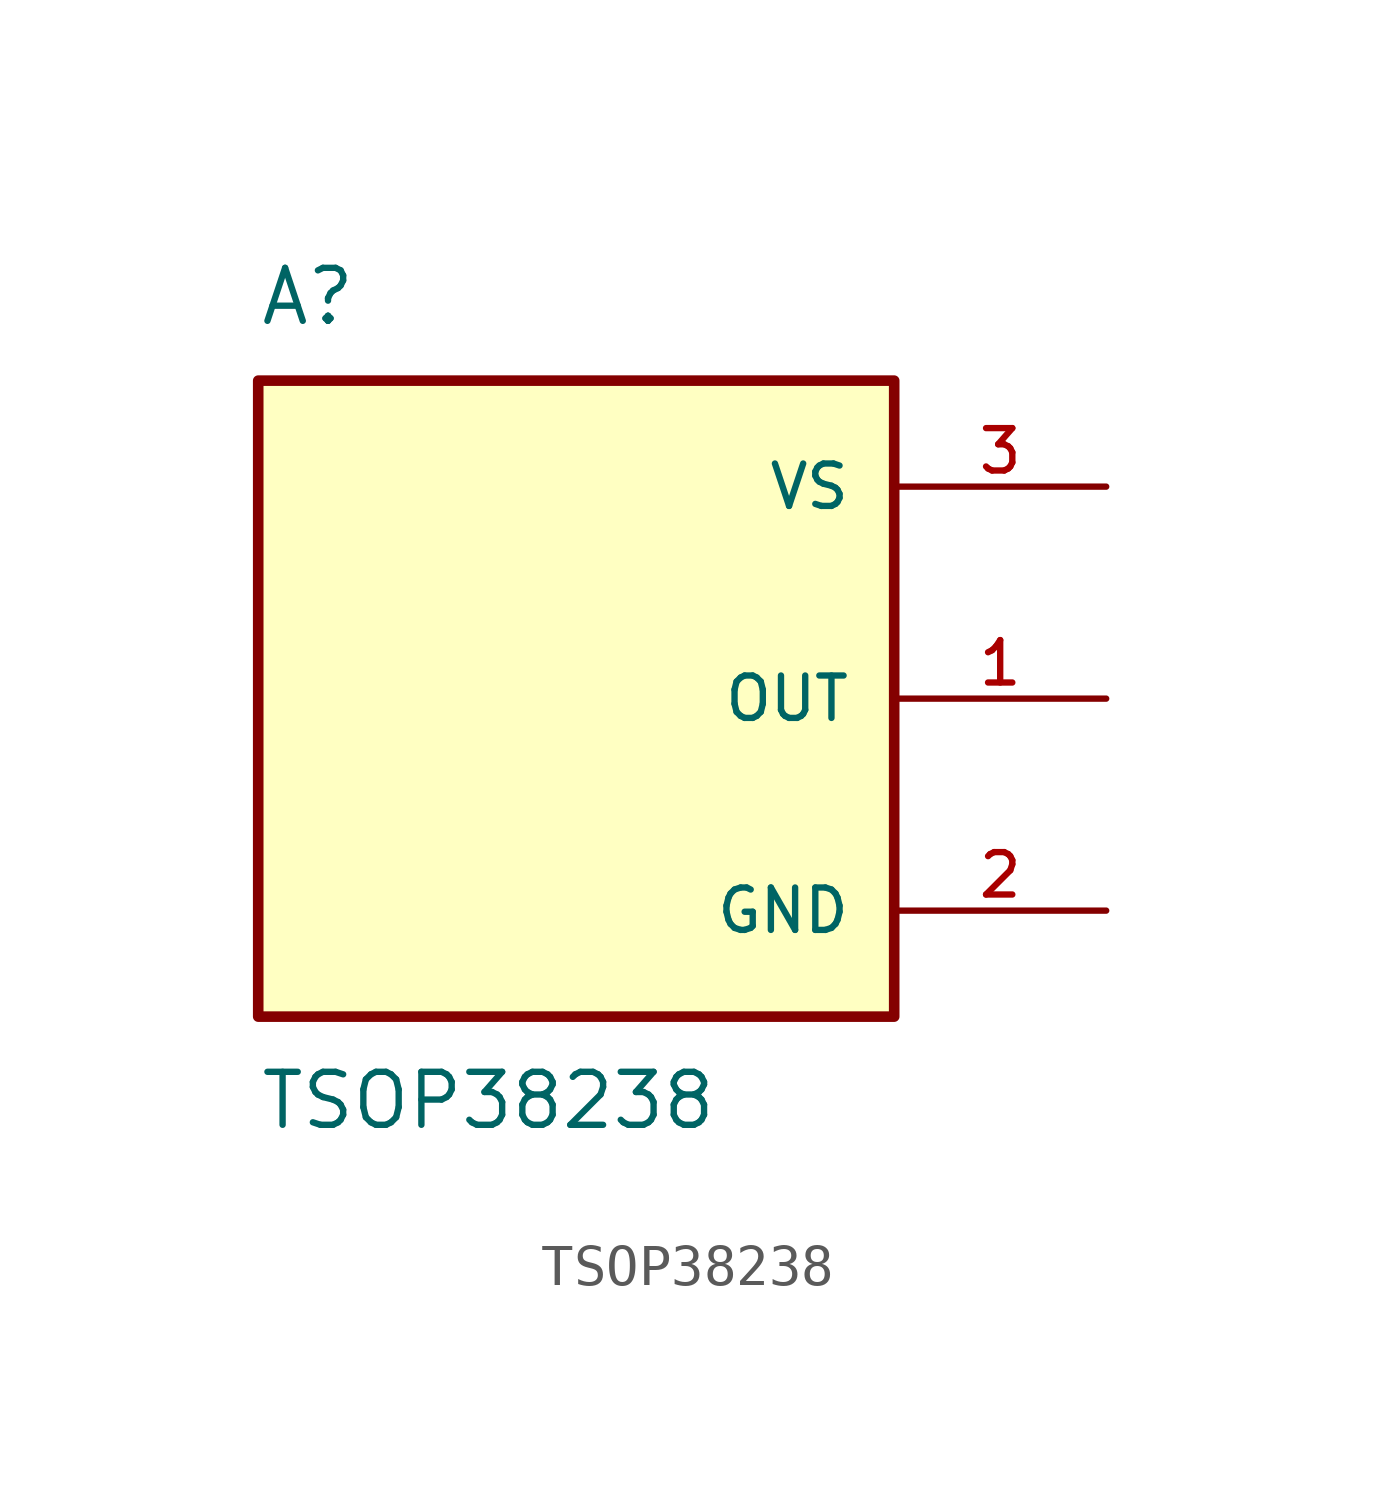
<source format=kicad_sym>
(kicad_symbol_lib
  (version 20211014)
  (generator kicad_symbol_editor)
  (symbol "TSOP38238"
    (pin_names
      (offset 1.016))
    (property "Reference" "A"
      (at -7.62 8.89 0)
      (effects (font (size 1.27 1.27)) (justify bottom left)))
    (property "Value" "TSOP38238"
      (at -7.62 -8.89 0.0)
      (effects (font (size 1.27 1.27)) (justify top left)))
    (symbol "TSOP38238_0_0"
      (rectangle (start -7.62 -7.62) (end 7.62 7.62) (stroke (width 0.254)) (fill (type background)))
      (pin output line (at 12.7 0.0 180.0) (length 5.08) (name "OUT" (effects (font (size 1.016 1.016)))) (number "1" (effects (font (size 1.016 1.016)))))
      (pin power_in line (at 12.7 5.08 180.0) (length 5.08) (name "VS" (effects (font (size 1.016 1.016)))) (number "3" (effects (font (size 1.016 1.016)))))
      (pin power_in line (at 12.7 -5.08 180.0) (length 5.08) (name "GND" (effects (font (size 1.016 1.016)))) (number "2" (effects (font (size 1.016 1.016))))))))
</source>
